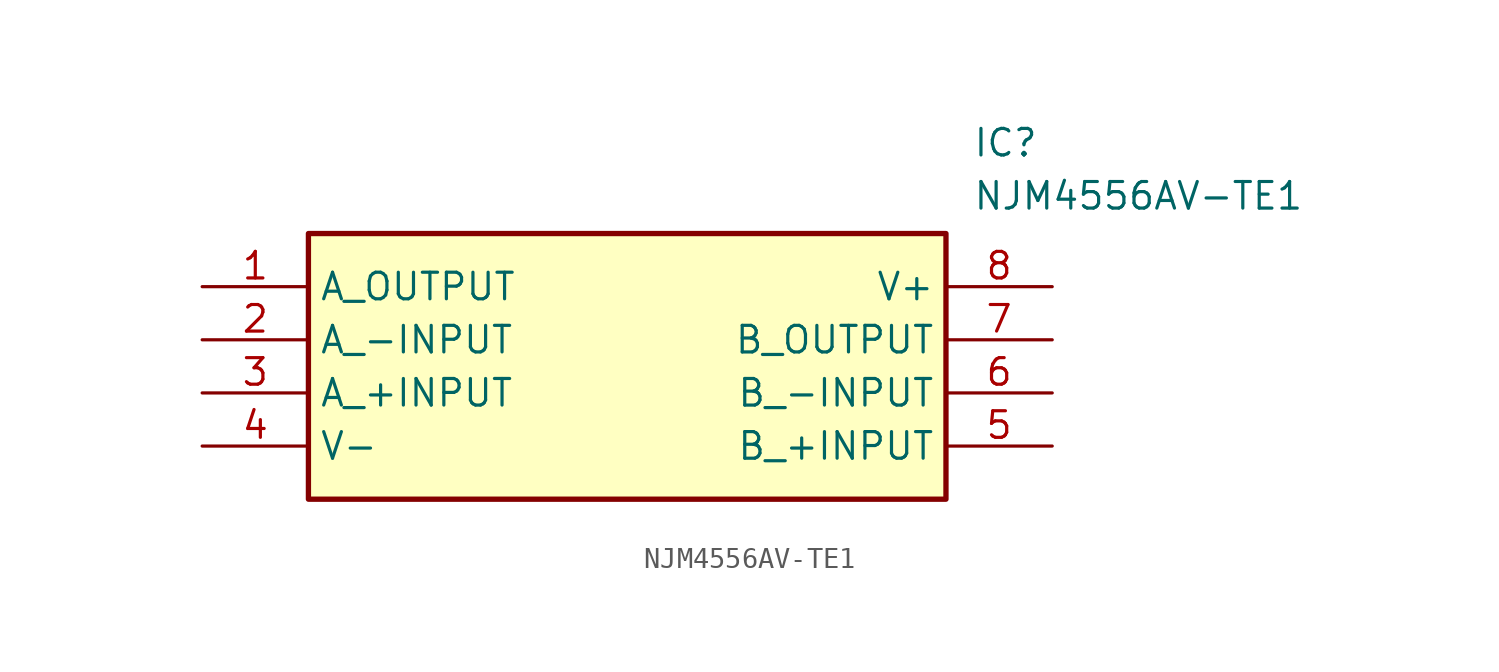
<source format=kicad_sym>
(kicad_symbol_lib
  (version 20211014)
  (generator SamacSys_ECAD_Model)
  (symbol "NJM4556AV-TE1"
    (property "Reference" "IC"
      (at 36.83 7.62 0)
      (effects (font (size 1.27 1.27)) (justify left top)))
    (property "Value" "NJM4556AV-TE1"
      (at 36.83 5.08 0)
      (effects (font (size 1.27 1.27)) (justify left top)))
    (rectangle
      (start 5.08 2.54)
      (end 35.56 -10.16)
      (stroke (width 0.254) (type default))
      (fill (type background)))
    (pin passive line
      (at 0 0 0)
      (length 5.08)
      (name "A_OUTPUT" (effects (font (size 1.27 1.27))))
      (number "1" (effects (font (size 1.27 1.27)))))
    (pin passive line
      (at 0 -2.54 0)
      (length 5.08)
      (name "A_-INPUT" (effects (font (size 1.27 1.27))))
      (number "2" (effects (font (size 1.27 1.27)))))
    (pin passive line
      (at 0 -5.08 0)
      (length 5.08)
      (name "A_+INPUT" (effects (font (size 1.27 1.27))))
      (number "3" (effects (font (size 1.27 1.27)))))
    (pin passive line
      (at 0 -7.62 0)
      (length 5.08)
      (name "V-" (effects (font (size 1.27 1.27))))
      (number "4" (effects (font (size 1.27 1.27)))))
    (pin passive line
      (at 40.64 0 180)
      (length 5.08)
      (name "V+" (effects (font (size 1.27 1.27))))
      (number "8" (effects (font (size 1.27 1.27)))))
    (pin passive line
      (at 40.64 -2.54 180)
      (length 5.08)
      (name "B_OUTPUT" (effects (font (size 1.27 1.27))))
      (number "7" (effects (font (size 1.27 1.27)))))
    (pin passive line
      (at 40.64 -5.08 180)
      (length 5.08)
      (name "B_-INPUT" (effects (font (size 1.27 1.27))))
      (number "6" (effects (font (size 1.27 1.27)))))
    (pin passive line
      (at 40.64 -7.62 180)
      (length 5.08)
      (name "B_+INPUT" (effects (font (size 1.27 1.27))))
      (number "5" (effects (font (size 1.27 1.27)))))))
</source>
